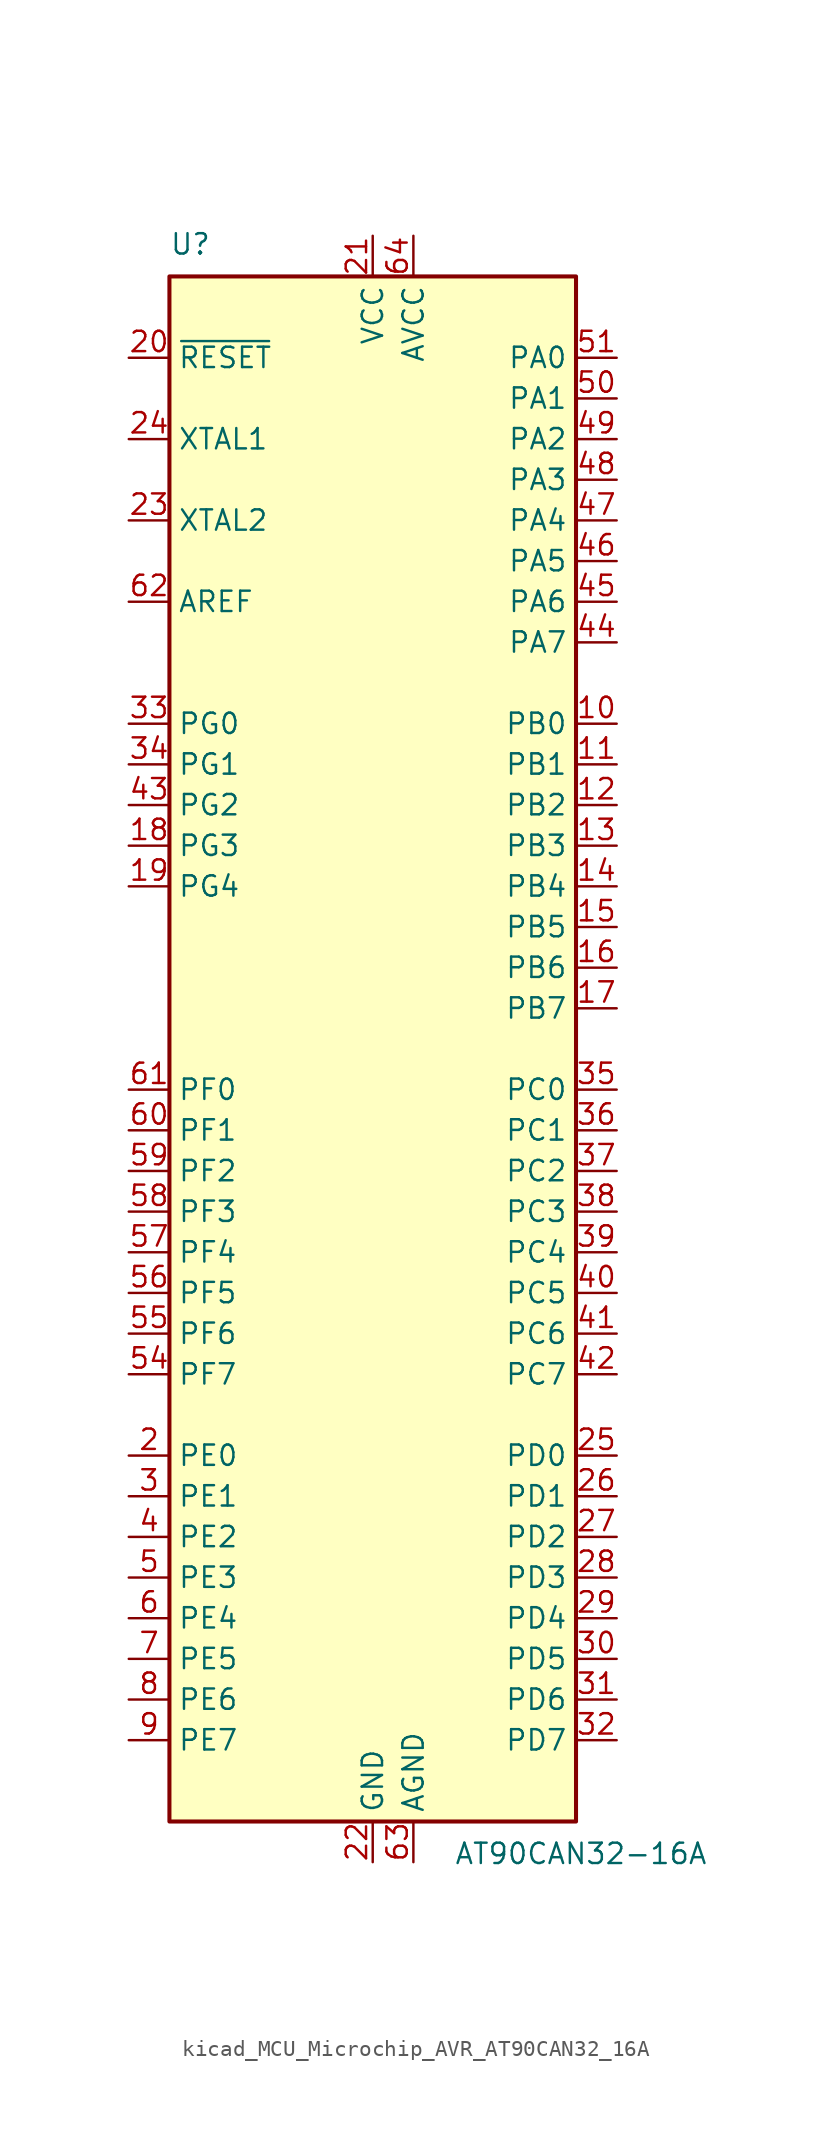
<source format=kicad_sym>
(kicad_symbol_lib
  (version 20220914)
  (generator kicad_symbol_editor)
  (symbol "kicad_MCU_Microchip_AVR_AT90CAN32_16A"
    (property "Reference" "U"
      (at -12.7 49.53 0)
      (effects (font (size 1.27 1.27)) (justify left bottom)))
    (property "Value" "AT90CAN32-16A"
      (at 5.08 -49.53 0)
      (effects (font (size 1.27 1.27)) (justify left top)))
    (symbol "kicad_MCU_Microchip_AVR_AT90CAN32_16A_0_1"
      (rectangle (start -12.7 -48.26) (end 12.7 48.26) (stroke (width 0.254) (type default)) (fill (type background))))
    (symbol "kicad_MCU_Microchip_AVR_AT90CAN32_16A_1_1"
      (pin no_connect line (at -12.7 -45.72 0) (length 2.54) hide (name "NC" (effects (font (size 1.27 1.27)))) (number "1" (effects (font (size 1.27 1.27)))))
      (pin bidirectional line (at 15.24 20.32 180) (length 2.54) (name "PB0" (effects (font (size 1.27 1.27)))) (number "10" (effects (font (size 1.27 1.27)))))
      (pin bidirectional line (at 15.24 17.78 180) (length 2.54) (name "PB1" (effects (font (size 1.27 1.27)))) (number "11" (effects (font (size 1.27 1.27)))))
      (pin bidirectional line (at 15.24 15.24 180) (length 2.54) (name "PB2" (effects (font (size 1.27 1.27)))) (number "12" (effects (font (size 1.27 1.27)))))
      (pin bidirectional line (at 15.24 12.7 180) (length 2.54) (name "PB3" (effects (font (size 1.27 1.27)))) (number "13" (effects (font (size 1.27 1.27)))))
      (pin bidirectional line (at 15.24 10.16 180) (length 2.54) (name "PB4" (effects (font (size 1.27 1.27)))) (number "14" (effects (font (size 1.27 1.27)))))
      (pin bidirectional line (at 15.24 7.62 180) (length 2.54) (name "PB5" (effects (font (size 1.27 1.27)))) (number "15" (effects (font (size 1.27 1.27)))))
      (pin bidirectional line (at 15.24 5.08 180) (length 2.54) (name "PB6" (effects (font (size 1.27 1.27)))) (number "16" (effects (font (size 1.27 1.27)))))
      (pin bidirectional line (at 15.24 2.54 180) (length 2.54) (name "PB7" (effects (font (size 1.27 1.27)))) (number "17" (effects (font (size 1.27 1.27)))))
      (pin bidirectional line (at -15.24 12.7 0) (length 2.54) (name "PG3" (effects (font (size 1.27 1.27)))) (number "18" (effects (font (size 1.27 1.27)))))
      (pin bidirectional line (at -15.24 10.16 0) (length 2.54) (name "PG4" (effects (font (size 1.27 1.27)))) (number "19" (effects (font (size 1.27 1.27)))))
      (pin bidirectional line (at -15.24 -25.4 0) (length 2.54) (name "PE0" (effects (font (size 1.27 1.27)))) (number "2" (effects (font (size 1.27 1.27)))))
      (pin input line (at -15.24 43.18 0) (length 2.54) (name "~{RESET}" (effects (font (size 1.27 1.27)))) (number "20" (effects (font (size 1.27 1.27)))))
      (pin power_in line (at 0 50.8 270) (length 2.54) (name "VCC" (effects (font (size 1.27 1.27)))) (number "21" (effects (font (size 1.27 1.27)))))
      (pin power_in line (at 0 -50.8 90) (length 2.54) (name "GND" (effects (font (size 1.27 1.27)))) (number "22" (effects (font (size 1.27 1.27)))))
      (pin output line (at -15.24 33.02 0) (length 2.54) (name "XTAL2" (effects (font (size 1.27 1.27)))) (number "23" (effects (font (size 1.27 1.27)))))
      (pin input line (at -15.24 38.1 0) (length 2.54) (name "XTAL1" (effects (font (size 1.27 1.27)))) (number "24" (effects (font (size 1.27 1.27)))))
      (pin bidirectional line (at 15.24 -25.4 180) (length 2.54) (name "PD0" (effects (font (size 1.27 1.27)))) (number "25" (effects (font (size 1.27 1.27)))))
      (pin bidirectional line (at 15.24 -27.94 180) (length 2.54) (name "PD1" (effects (font (size 1.27 1.27)))) (number "26" (effects (font (size 1.27 1.27)))))
      (pin bidirectional line (at 15.24 -30.48 180) (length 2.54) (name "PD2" (effects (font (size 1.27 1.27)))) (number "27" (effects (font (size 1.27 1.27)))))
      (pin bidirectional line (at 15.24 -33.02 180) (length 2.54) (name "PD3" (effects (font (size 1.27 1.27)))) (number "28" (effects (font (size 1.27 1.27)))))
      (pin bidirectional line (at 15.24 -35.56 180) (length 2.54) (name "PD4" (effects (font (size 1.27 1.27)))) (number "29" (effects (font (size 1.27 1.27)))))
      (pin bidirectional line (at -15.24 -27.94 0) (length 2.54) (name "PE1" (effects (font (size 1.27 1.27)))) (number "3" (effects (font (size 1.27 1.27)))))
      (pin bidirectional line (at 15.24 -38.1 180) (length 2.54) (name "PD5" (effects (font (size 1.27 1.27)))) (number "30" (effects (font (size 1.27 1.27)))))
      (pin bidirectional line (at 15.24 -40.64 180) (length 2.54) (name "PD6" (effects (font (size 1.27 1.27)))) (number "31" (effects (font (size 1.27 1.27)))))
      (pin bidirectional line (at 15.24 -43.18 180) (length 2.54) (name "PD7" (effects (font (size 1.27 1.27)))) (number "32" (effects (font (size 1.27 1.27)))))
      (pin bidirectional line (at -15.24 20.32 0) (length 2.54) (name "PG0" (effects (font (size 1.27 1.27)))) (number "33" (effects (font (size 1.27 1.27)))))
      (pin bidirectional line (at -15.24 17.78 0) (length 2.54) (name "PG1" (effects (font (size 1.27 1.27)))) (number "34" (effects (font (size 1.27 1.27)))))
      (pin bidirectional line (at 15.24 -2.54 180) (length 2.54) (name "PC0" (effects (font (size 1.27 1.27)))) (number "35" (effects (font (size 1.27 1.27)))))
      (pin bidirectional line (at 15.24 -5.08 180) (length 2.54) (name "PC1" (effects (font (size 1.27 1.27)))) (number "36" (effects (font (size 1.27 1.27)))))
      (pin bidirectional line (at 15.24 -7.62 180) (length 2.54) (name "PC2" (effects (font (size 1.27 1.27)))) (number "37" (effects (font (size 1.27 1.27)))))
      (pin bidirectional line (at 15.24 -10.16 180) (length 2.54) (name "PC3" (effects (font (size 1.27 1.27)))) (number "38" (effects (font (size 1.27 1.27)))))
      (pin bidirectional line (at 15.24 -12.7 180) (length 2.54) (name "PC4" (effects (font (size 1.27 1.27)))) (number "39" (effects (font (size 1.27 1.27)))))
      (pin bidirectional line (at -15.24 -30.48 0) (length 2.54) (name "PE2" (effects (font (size 1.27 1.27)))) (number "4" (effects (font (size 1.27 1.27)))))
      (pin bidirectional line (at 15.24 -15.24 180) (length 2.54) (name "PC5" (effects (font (size 1.27 1.27)))) (number "40" (effects (font (size 1.27 1.27)))))
      (pin bidirectional line (at 15.24 -17.78 180) (length 2.54) (name "PC6" (effects (font (size 1.27 1.27)))) (number "41" (effects (font (size 1.27 1.27)))))
      (pin bidirectional line (at 15.24 -20.32 180) (length 2.54) (name "PC7" (effects (font (size 1.27 1.27)))) (number "42" (effects (font (size 1.27 1.27)))))
      (pin bidirectional line (at -15.24 15.24 0) (length 2.54) (name "PG2" (effects (font (size 1.27 1.27)))) (number "43" (effects (font (size 1.27 1.27)))))
      (pin bidirectional line (at 15.24 25.4 180) (length 2.54) (name "PA7" (effects (font (size 1.27 1.27)))) (number "44" (effects (font (size 1.27 1.27)))))
      (pin bidirectional line (at 15.24 27.94 180) (length 2.54) (name "PA6" (effects (font (size 1.27 1.27)))) (number "45" (effects (font (size 1.27 1.27)))))
      (pin bidirectional line (at 15.24 30.48 180) (length 2.54) (name "PA5" (effects (font (size 1.27 1.27)))) (number "46" (effects (font (size 1.27 1.27)))))
      (pin bidirectional line (at 15.24 33.02 180) (length 2.54) (name "PA4" (effects (font (size 1.27 1.27)))) (number "47" (effects (font (size 1.27 1.27)))))
      (pin bidirectional line (at 15.24 35.56 180) (length 2.54) (name "PA3" (effects (font (size 1.27 1.27)))) (number "48" (effects (font (size 1.27 1.27)))))
      (pin bidirectional line (at 15.24 38.1 180) (length 2.54) (name "PA2" (effects (font (size 1.27 1.27)))) (number "49" (effects (font (size 1.27 1.27)))))
      (pin bidirectional line (at -15.24 -33.02 0) (length 2.54) (name "PE3" (effects (font (size 1.27 1.27)))) (number "5" (effects (font (size 1.27 1.27)))))
      (pin bidirectional line (at 15.24 40.64 180) (length 2.54) (name "PA1" (effects (font (size 1.27 1.27)))) (number "50" (effects (font (size 1.27 1.27)))))
      (pin bidirectional line (at 15.24 43.18 180) (length 2.54) (name "PA0" (effects (font (size 1.27 1.27)))) (number "51" (effects (font (size 1.27 1.27)))))
      (pin passive line (at 0 50.8 270) (length 2.54) hide (name "VCC" (effects (font (size 1.27 1.27)))) (number "52" (effects (font (size 1.27 1.27)))))
      (pin passive line (at 0 -50.8 90) (length 2.54) hide (name "GND" (effects (font (size 1.27 1.27)))) (number "53" (effects (font (size 1.27 1.27)))))
      (pin bidirectional line (at -15.24 -20.32 0) (length 2.54) (name "PF7" (effects (font (size 1.27 1.27)))) (number "54" (effects (font (size 1.27 1.27)))))
      (pin bidirectional line (at -15.24 -17.78 0) (length 2.54) (name "PF6" (effects (font (size 1.27 1.27)))) (number "55" (effects (font (size 1.27 1.27)))))
      (pin bidirectional line (at -15.24 -15.24 0) (length 2.54) (name "PF5" (effects (font (size 1.27 1.27)))) (number "56" (effects (font (size 1.27 1.27)))))
      (pin bidirectional line (at -15.24 -12.7 0) (length 2.54) (name "PF4" (effects (font (size 1.27 1.27)))) (number "57" (effects (font (size 1.27 1.27)))))
      (pin bidirectional line (at -15.24 -10.16 0) (length 2.54) (name "PF3" (effects (font (size 1.27 1.27)))) (number "58" (effects (font (size 1.27 1.27)))))
      (pin bidirectional line (at -15.24 -7.62 0) (length 2.54) (name "PF2" (effects (font (size 1.27 1.27)))) (number "59" (effects (font (size 1.27 1.27)))))
      (pin bidirectional line (at -15.24 -35.56 0) (length 2.54) (name "PE4" (effects (font (size 1.27 1.27)))) (number "6" (effects (font (size 1.27 1.27)))))
      (pin bidirectional line (at -15.24 -5.08 0) (length 2.54) (name "PF1" (effects (font (size 1.27 1.27)))) (number "60" (effects (font (size 1.27 1.27)))))
      (pin bidirectional line (at -15.24 -2.54 0) (length 2.54) (name "PF0" (effects (font (size 1.27 1.27)))) (number "61" (effects (font (size 1.27 1.27)))))
      (pin passive line (at -15.24 27.94 0) (length 2.54) (name "AREF" (effects (font (size 1.27 1.27)))) (number "62" (effects (font (size 1.27 1.27)))))
      (pin power_in line (at 2.54 -50.8 90) (length 2.54) (name "AGND" (effects (font (size 1.27 1.27)))) (number "63" (effects (font (size 1.27 1.27)))))
      (pin power_in line (at 2.54 50.8 270) (length 2.54) (name "AVCC" (effects (font (size 1.27 1.27)))) (number "64" (effects (font (size 1.27 1.27)))))
      (pin bidirectional line (at -15.24 -38.1 0) (length 2.54) (name "PE5" (effects (font (size 1.27 1.27)))) (number "7" (effects (font (size 1.27 1.27)))))
      (pin bidirectional line (at -15.24 -40.64 0) (length 2.54) (name "PE6" (effects (font (size 1.27 1.27)))) (number "8" (effects (font (size 1.27 1.27)))))
      (pin bidirectional line (at -15.24 -43.18 0) (length 2.54) (name "PE7" (effects (font (size 1.27 1.27)))) (number "9" (effects (font (size 1.27 1.27))))))))
</source>
